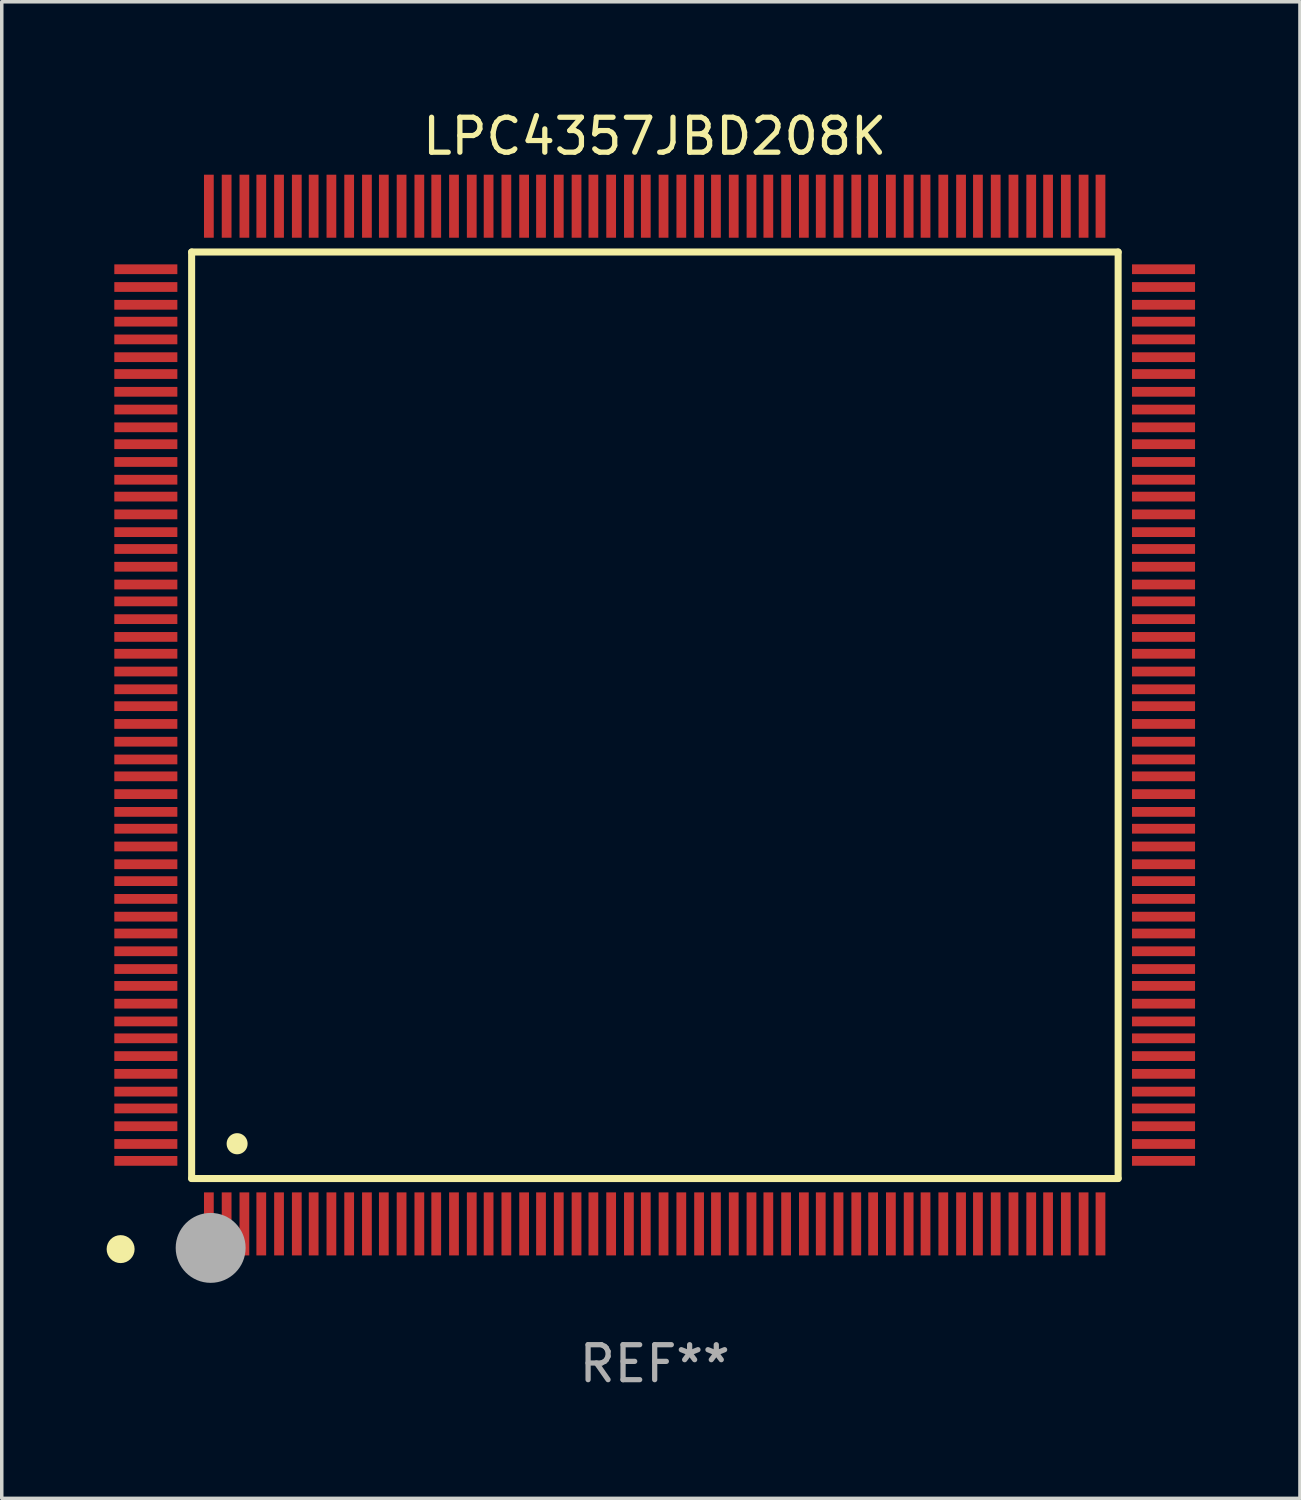
<source format=kicad_pcb>
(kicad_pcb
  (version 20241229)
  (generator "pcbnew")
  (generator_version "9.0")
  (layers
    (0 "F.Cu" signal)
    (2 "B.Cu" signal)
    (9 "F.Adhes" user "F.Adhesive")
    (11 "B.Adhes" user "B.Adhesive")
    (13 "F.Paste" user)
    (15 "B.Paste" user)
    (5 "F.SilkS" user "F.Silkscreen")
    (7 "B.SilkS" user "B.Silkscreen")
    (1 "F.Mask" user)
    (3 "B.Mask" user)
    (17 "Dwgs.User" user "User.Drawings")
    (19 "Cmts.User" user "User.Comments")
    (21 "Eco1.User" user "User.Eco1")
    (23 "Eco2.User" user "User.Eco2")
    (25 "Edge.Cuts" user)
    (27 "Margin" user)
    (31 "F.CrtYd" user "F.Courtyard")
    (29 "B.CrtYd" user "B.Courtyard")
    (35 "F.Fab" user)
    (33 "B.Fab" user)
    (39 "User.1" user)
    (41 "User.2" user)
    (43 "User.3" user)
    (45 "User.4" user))
  (footprint "LPC4357JBD208K"
    (layer "F.Cu")
    (at 15.675 17.402)
    (property "Reference" "LPC4357JBD208K" (at 0 -16.554 0) (layer "F.SilkS") (effects (font (size 1 1) (thickness 0.15))))
    (attr through_hole)
    (fp_line (start -13.244 -13.244) (end -13.244 13.256) (stroke (width 0.201) (type solid)) (layer "F.SilkS"))
    (fp_line (start -13.244 13.256) (end 13.256 13.256) (stroke (width 0.201) (type solid)) (layer "F.SilkS"))
    (fp_line (start 13.256 -13.244) (end -13.244 -13.244) (stroke (width 0.201) (type solid)) (layer "F.SilkS"))
    (fp_line (start 13.256 13.256) (end 13.256 -13.244) (stroke (width 0.201) (type solid)) (layer "F.SilkS"))
    (fp_arc (start -13.268987 14.90983) (mid -13.268992 14.90856) (end -13.268987 14.90729) (stroke (width 0.299721) (type solid)) (layer "F.SilkS"))
    (fp_arc (start -11.943104 12.263145) (mid -11.943115 12.260605) (end -11.943104 12.258065) (stroke (width 0.599441) (type solid)) (layer "F.SilkS"))
    (fp_circle (center -15.275 15.275) (end -15.075 15.275) (stroke (width 0.4) (type solid)) (fill no) (layer "F.SilkS"))
    (fp_circle (center -12.7 15.24) (end -12.2 15.24) (stroke (width 1) (type solid)) (fill no) (layer "F.Fab"))
    (fp_text user "REF**" (at 0 18.554 0) (layer "F.Fab") (effects (font (size 1 1) (thickness 0.15))))
    (pad "1" smd rect (at -12.751 14.554 180) (size 0.279 1.803) (layers "F.Cu" "F.Mask" "F.Paste"))
    (pad "2" smd rect (at -12.243 14.554 180) (size 0.279 1.803) (layers "F.Cu" "F.Mask" "F.Paste"))
    (pad "3" smd rect (at -11.735 14.554 180) (size 0.279 1.803) (layers "F.Cu" "F.Mask" "F.Paste"))
    (pad "4" smd rect (at -11.252 14.554 180) (size 0.279 1.803) (layers "F.Cu" "F.Mask" "F.Paste"))
    (pad "5" smd rect (at -10.744 14.554 180) (size 0.279 1.803) (layers "F.Cu" "F.Mask" "F.Paste"))
    (pad "6" smd rect (at -10.236 14.554 180) (size 0.279 1.803) (layers "F.Cu" "F.Mask" "F.Paste"))
    (pad "7" smd rect (at -9.754 14.554 180) (size 0.279 1.803) (layers "F.Cu" "F.Mask" "F.Paste"))
    (pad "8" smd rect (at -9.246 14.554 180) (size 0.279 1.803) (layers "F.Cu" "F.Mask" "F.Paste"))
    (pad "9" smd rect (at -8.738 14.554 180) (size 0.279 1.803) (layers "F.Cu" "F.Mask" "F.Paste"))
    (pad "10" smd rect (at -8.23 14.554 180) (size 0.279 1.803) (layers "F.Cu" "F.Mask" "F.Paste"))
    (pad "11" smd rect (at -7.747 14.554 180) (size 0.279 1.803) (layers "F.Cu" "F.Mask" "F.Paste"))
    (pad "12" smd rect (at -7.239 14.554 180) (size 0.279 1.803) (layers "F.Cu" "F.Mask" "F.Paste"))
    (pad "13" smd rect (at -6.731 14.554 180) (size 0.279 1.803) (layers "F.Cu" "F.Mask" "F.Paste"))
    (pad "14" smd rect (at -6.248 14.554 180) (size 0.279 1.803) (layers "F.Cu" "F.Mask" "F.Paste"))
    (pad "15" smd rect (at -5.74 14.554 180) (size 0.279 1.803) (layers "F.Cu" "F.Mask" "F.Paste"))
    (pad "16" smd rect (at -5.232 14.554 180) (size 0.279 1.803) (layers "F.Cu" "F.Mask" "F.Paste"))
    (pad "17" smd rect (at -4.75 14.554 180) (size 0.279 1.803) (layers "F.Cu" "F.Mask" "F.Paste"))
    (pad "18" smd rect (at -4.242 14.554 180) (size 0.279 1.803) (layers "F.Cu" "F.Mask" "F.Paste"))
    (pad "19" smd rect (at -3.734 14.554 180) (size 0.279 1.803) (layers "F.Cu" "F.Mask" "F.Paste"))
    (pad "20" smd rect (at -3.251 14.554 180) (size 0.279 1.803) (layers "F.Cu" "F.Mask" "F.Paste"))
    (pad "21" smd rect (at -2.743 14.554 180) (size 0.279 1.803) (layers "F.Cu" "F.Mask" "F.Paste"))
    (pad "22" smd rect (at -2.235 14.554 180) (size 0.279 1.803) (layers "F.Cu" "F.Mask" "F.Paste"))
    (pad "23" smd rect (at -1.753 14.554 180) (size 0.279 1.803) (layers "F.Cu" "F.Mask" "F.Paste"))
    (pad "24" smd rect (at -1.245 14.554 180) (size 0.279 1.803) (layers "F.Cu" "F.Mask" "F.Paste"))
    (pad "25" smd rect (at -0.737 14.554 180) (size 0.279 1.803) (layers "F.Cu" "F.Mask" "F.Paste"))
    (pad "26" smd rect (at -0.254 14.554 180) (size 0.279 1.803) (layers "F.Cu" "F.Mask" "F.Paste"))
    (pad "27" smd rect (at 0.254 14.554 180) (size 0.279 1.803) (layers "F.Cu" "F.Mask" "F.Paste"))
    (pad "28" smd rect (at 0.762 14.554 180) (size 0.279 1.803) (layers "F.Cu" "F.Mask" "F.Paste"))
    (pad "29" smd rect (at 1.27 14.554 180) (size 0.279 1.803) (layers "F.Cu" "F.Mask" "F.Paste"))
    (pad "30" smd rect (at 1.753 14.554 180) (size 0.279 1.803) (layers "F.Cu" "F.Mask" "F.Paste"))
    (pad "31" smd rect (at 2.261 14.554 180) (size 0.279 1.803) (layers "F.Cu" "F.Mask" "F.Paste"))
    (pad "32" smd rect (at 2.769 14.554 180) (size 0.279 1.803) (layers "F.Cu" "F.Mask" "F.Paste"))
    (pad "33" smd rect (at 3.251 14.554 180) (size 0.279 1.803) (layers "F.Cu" "F.Mask" "F.Paste"))
    (pad "34" smd rect (at 3.759 14.554 180) (size 0.279 1.803) (layers "F.Cu" "F.Mask" "F.Paste"))
    (pad "35" smd rect (at 4.267 14.554 180) (size 0.279 1.803) (layers "F.Cu" "F.Mask" "F.Paste"))
    (pad "36" smd rect (at 4.75 14.554 180) (size 0.279 1.803) (layers "F.Cu" "F.Mask" "F.Paste"))
    (pad "37" smd rect (at 5.258 14.554 180) (size 0.279 1.803) (layers "F.Cu" "F.Mask" "F.Paste"))
    (pad "38" smd rect (at 5.766 14.554 180) (size 0.279 1.803) (layers "F.Cu" "F.Mask" "F.Paste"))
    (pad "39" smd rect (at 6.248 14.554 180) (size 0.279 1.803) (layers "F.Cu" "F.Mask" "F.Paste"))
    (pad "40" smd rect (at 6.756 14.554 180) (size 0.279 1.803) (layers "F.Cu" "F.Mask" "F.Paste"))
    (pad "41" smd rect (at 7.264 14.554 180) (size 0.279 1.803) (layers "F.Cu" "F.Mask" "F.Paste"))
    (pad "42" smd rect (at 7.747 14.554 180) (size 0.279 1.803) (layers "F.Cu" "F.Mask" "F.Paste"))
    (pad "43" smd rect (at 8.255 14.554 180) (size 0.279 1.803) (layers "F.Cu" "F.Mask" "F.Paste"))
    (pad "44" smd rect (at 8.763 14.554 180) (size 0.279 1.803) (layers "F.Cu" "F.Mask" "F.Paste"))
    (pad "45" smd rect (at 9.246 14.554 180) (size 0.279 1.803) (layers "F.Cu" "F.Mask" "F.Paste"))
    (pad "46" smd rect (at 9.754 14.554 180) (size 0.279 1.803) (layers "F.Cu" "F.Mask" "F.Paste"))
    (pad "47" smd rect (at 10.262 14.554 180) (size 0.279 1.803) (layers "F.Cu" "F.Mask" "F.Paste"))
    (pad "48" smd rect (at 10.77 14.554 180) (size 0.279 1.803) (layers "F.Cu" "F.Mask" "F.Paste"))
    (pad "49" smd rect (at 11.252 14.554 180) (size 0.279 1.803) (layers "F.Cu" "F.Mask" "F.Paste"))
    (pad "50" smd rect (at 11.76 14.554 180) (size 0.279 1.803) (layers "F.Cu" "F.Mask" "F.Paste"))
    (pad "51" smd rect (at 12.268 14.554 180) (size 0.279 1.803) (layers "F.Cu" "F.Mask" "F.Paste"))
    (pad "52" smd rect (at 12.751 14.554 180) (size 0.279 1.803) (layers "F.Cu" "F.Mask" "F.Paste"))
    (pad "53" smd rect (at 14.554 12.751 90) (size 0.279 1.803) (layers "F.Cu" "F.Mask" "F.Paste"))
    (pad "54" smd rect (at 14.554 12.268 90) (size 0.279 1.803) (layers "F.Cu" "F.Mask" "F.Paste"))
    (pad "55" smd rect (at 14.554 11.76 90) (size 0.279 1.803) (layers "F.Cu" "F.Mask" "F.Paste"))
    (pad "56" smd rect (at 14.554 11.252 90) (size 0.279 1.803) (layers "F.Cu" "F.Mask" "F.Paste"))
    (pad "57" smd rect (at 14.554 10.77 90) (size 0.279 1.803) (layers "F.Cu" "F.Mask" "F.Paste"))
    (pad "58" smd rect (at 14.554 10.262 90) (size 0.279 1.803) (layers "F.Cu" "F.Mask" "F.Paste"))
    (pad "59" smd rect (at 14.554 9.754 90) (size 0.279 1.803) (layers "F.Cu" "F.Mask" "F.Paste"))
    (pad "60" smd rect (at 14.554 9.246 90) (size 0.279 1.803) (layers "F.Cu" "F.Mask" "F.Paste"))
    (pad "61" smd rect (at 14.554 8.763 90) (size 0.279 1.803) (layers "F.Cu" "F.Mask" "F.Paste"))
    (pad "62" smd rect (at 14.554 8.255 90) (size 0.279 1.803) (layers "F.Cu" "F.Mask" "F.Paste"))
    (pad "63" smd rect (at 14.554 7.747 90) (size 0.279 1.803) (layers "F.Cu" "F.Mask" "F.Paste"))
    (pad "64" smd rect (at 14.554 7.264 90) (size 0.279 1.803) (layers "F.Cu" "F.Mask" "F.Paste"))
    (pad "65" smd rect (at 14.554 6.756 90) (size 0.279 1.803) (layers "F.Cu" "F.Mask" "F.Paste"))
    (pad "66" smd rect (at 14.554 6.248 90) (size 0.279 1.803) (layers "F.Cu" "F.Mask" "F.Paste"))
    (pad "67" smd rect (at 14.554 5.766 90) (size 0.279 1.803) (layers "F.Cu" "F.Mask" "F.Paste"))
    (pad "68" smd rect (at 14.554 5.258 90) (size 0.279 1.803) (layers "F.Cu" "F.Mask" "F.Paste"))
    (pad "69" smd rect (at 14.554 4.75 90) (size 0.279 1.803) (layers "F.Cu" "F.Mask" "F.Paste"))
    (pad "70" smd rect (at 14.554 4.267 90) (size 0.279 1.803) (layers "F.Cu" "F.Mask" "F.Paste"))
    (pad "71" smd rect (at 14.554 3.759 90) (size 0.279 1.803) (layers "F.Cu" "F.Mask" "F.Paste"))
    (pad "72" smd rect (at 14.554 3.251 90) (size 0.279 1.803) (layers "F.Cu" "F.Mask" "F.Paste"))
    (pad "73" smd rect (at 14.554 2.769 90) (size 0.279 1.803) (layers "F.Cu" "F.Mask" "F.Paste"))
    (pad "74" smd rect (at 14.554 2.261 90) (size 0.279 1.803) (layers "F.Cu" "F.Mask" "F.Paste"))
    (pad "75" smd rect (at 14.554 1.753 90) (size 0.279 1.803) (layers "F.Cu" "F.Mask" "F.Paste"))
    (pad "76" smd rect (at 14.554 1.27 90) (size 0.279 1.803) (layers "F.Cu" "F.Mask" "F.Paste"))
    (pad "77" smd rect (at 14.554 0.762 90) (size 0.279 1.803) (layers "F.Cu" "F.Mask" "F.Paste"))
    (pad "78" smd rect (at 14.554 0.254 90) (size 0.279 1.803) (layers "F.Cu" "F.Mask" "F.Paste"))
    (pad "79" smd rect (at 14.554 -0.254 90) (size 0.279 1.803) (layers "F.Cu" "F.Mask" "F.Paste"))
    (pad "80" smd rect (at 14.554 -0.737 90) (size 0.279 1.803) (layers "F.Cu" "F.Mask" "F.Paste"))
    (pad "81" smd rect (at 14.554 -1.245 90) (size 0.279 1.803) (layers "F.Cu" "F.Mask" "F.Paste"))
    (pad "82" smd rect (at 14.554 -1.753 90) (size 0.279 1.803) (layers "F.Cu" "F.Mask" "F.Paste"))
    (pad "83" smd rect (at 14.554 -2.235 90) (size 0.279 1.803) (layers "F.Cu" "F.Mask" "F.Paste"))
    (pad "84" smd rect (at 14.554 -2.743 90) (size 0.279 1.803) (layers "F.Cu" "F.Mask" "F.Paste"))
    (pad "85" smd rect (at 14.554 -3.251 90) (size 0.279 1.803) (layers "F.Cu" "F.Mask" "F.Paste"))
    (pad "86" smd rect (at 14.554 -3.734 90) (size 0.279 1.803) (layers "F.Cu" "F.Mask" "F.Paste"))
    (pad "87" smd rect (at 14.554 -4.242 90) (size 0.279 1.803) (layers "F.Cu" "F.Mask" "F.Paste"))
    (pad "88" smd rect (at 14.554 -4.75 90) (size 0.279 1.803) (layers "F.Cu" "F.Mask" "F.Paste"))
    (pad "89" smd rect (at 14.554 -5.232 90) (size 0.279 1.803) (layers "F.Cu" "F.Mask" "F.Paste"))
    (pad "90" smd rect (at 14.554 -5.74 90) (size 0.279 1.803) (layers "F.Cu" "F.Mask" "F.Paste"))
    (pad "91" smd rect (at 14.554 -6.248 90) (size 0.279 1.803) (layers "F.Cu" "F.Mask" "F.Paste"))
    (pad "92" smd rect (at 14.554 -6.731 90) (size 0.279 1.803) (layers "F.Cu" "F.Mask" "F.Paste"))
    (pad "93" smd rect (at 14.554 -7.239 90) (size 0.279 1.803) (layers "F.Cu" "F.Mask" "F.Paste"))
    (pad "94" smd rect (at 14.554 -7.747 90) (size 0.279 1.803) (layers "F.Cu" "F.Mask" "F.Paste"))
    (pad "95" smd rect (at 14.554 -8.23 90) (size 0.279 1.803) (layers "F.Cu" "F.Mask" "F.Paste"))
    (pad "96" smd rect (at 14.554 -8.738 90) (size 0.279 1.803) (layers "F.Cu" "F.Mask" "F.Paste"))
    (pad "97" smd rect (at 14.554 -9.246 90) (size 0.279 1.803) (layers "F.Cu" "F.Mask" "F.Paste"))
    (pad "98" smd rect (at 14.554 -9.754 90) (size 0.279 1.803) (layers "F.Cu" "F.Mask" "F.Paste"))
    (pad "99" smd rect (at 14.554 -10.236 90) (size 0.279 1.803) (layers "F.Cu" "F.Mask" "F.Paste"))
    (pad "100" smd rect (at 14.554 -10.744 90) (size 0.279 1.803) (layers "F.Cu" "F.Mask" "F.Paste"))
    (pad "101" smd rect (at 14.554 -11.252 90) (size 0.279 1.803) (layers "F.Cu" "F.Mask" "F.Paste"))
    (pad "102" smd rect (at 14.554 -11.735 90) (size 0.279 1.803) (layers "F.Cu" "F.Mask" "F.Paste"))
    (pad "103" smd rect (at 14.554 -12.243 90) (size 0.279 1.803) (layers "F.Cu" "F.Mask" "F.Paste"))
    (pad "104" smd rect (at 14.554 -12.751 90) (size 0.279 1.803) (layers "F.Cu" "F.Mask" "F.Paste"))
    (pad "105" smd rect (at 12.751 -14.554 180) (size 0.279 1.803) (layers "F.Cu" "F.Mask" "F.Paste"))
    (pad "106" smd rect (at 12.268 -14.554 180) (size 0.279 1.803) (layers "F.Cu" "F.Mask" "F.Paste"))
    (pad "107" smd rect (at 11.76 -14.554 180) (size 0.279 1.803) (layers "F.Cu" "F.Mask" "F.Paste"))
    (pad "108" smd rect (at 11.252 -14.554 180) (size 0.279 1.803) (layers "F.Cu" "F.Mask" "F.Paste"))
    (pad "109" smd rect (at 10.77 -14.554 180) (size 0.279 1.803) (layers "F.Cu" "F.Mask" "F.Paste"))
    (pad "110" smd rect (at 10.262 -14.554 180) (size 0.279 1.803) (layers "F.Cu" "F.Mask" "F.Paste"))
    (pad "111" smd rect (at 9.754 -14.554 180) (size 0.279 1.803) (layers "F.Cu" "F.Mask" "F.Paste"))
    (pad "112" smd rect (at 9.246 -14.554 180) (size 0.279 1.803) (layers "F.Cu" "F.Mask" "F.Paste"))
    (pad "113" smd rect (at 8.763 -14.554 180) (size 0.279 1.803) (layers "F.Cu" "F.Mask" "F.Paste"))
    (pad "114" smd rect (at 8.255 -14.554 180) (size 0.279 1.803) (layers "F.Cu" "F.Mask" "F.Paste"))
    (pad "115" smd rect (at 7.747 -14.554 180) (size 0.279 1.803) (layers "F.Cu" "F.Mask" "F.Paste"))
    (pad "116" smd rect (at 7.264 -14.554 180) (size 0.279 1.803) (layers "F.Cu" "F.Mask" "F.Paste"))
    (pad "117" smd rect (at 6.756 -14.554 180) (size 0.279 1.803) (layers "F.Cu" "F.Mask" "F.Paste"))
    (pad "118" smd rect (at 6.248 -14.554 180) (size 0.279 1.803) (layers "F.Cu" "F.Mask" "F.Paste"))
    (pad "119" smd rect (at 5.766 -14.554 180) (size 0.279 1.803) (layers "F.Cu" "F.Mask" "F.Paste"))
    (pad "120" smd rect (at 5.258 -14.554 180) (size 0.279 1.803) (layers "F.Cu" "F.Mask" "F.Paste"))
    (pad "121" smd rect (at 4.75 -14.554 180) (size 0.279 1.803) (layers "F.Cu" "F.Mask" "F.Paste"))
    (pad "122" smd rect (at 4.267 -14.554 180) (size 0.279 1.803) (layers "F.Cu" "F.Mask" "F.Paste"))
    (pad "123" smd rect (at 3.759 -14.554 180) (size 0.279 1.803) (layers "F.Cu" "F.Mask" "F.Paste"))
    (pad "124" smd rect (at 3.251 -14.554 180) (size 0.279 1.803) (layers "F.Cu" "F.Mask" "F.Paste"))
    (pad "125" smd rect (at 2.769 -14.554 180) (size 0.279 1.803) (layers "F.Cu" "F.Mask" "F.Paste"))
    (pad "126" smd rect (at 2.261 -14.554 180) (size 0.279 1.803) (layers "F.Cu" "F.Mask" "F.Paste"))
    (pad "127" smd rect (at 1.753 -14.554 180) (size 0.279 1.803) (layers "F.Cu" "F.Mask" "F.Paste"))
    (pad "128" smd rect (at 1.27 -14.554 180) (size 0.279 1.803) (layers "F.Cu" "F.Mask" "F.Paste"))
    (pad "129" smd rect (at 0.762 -14.554 180) (size 0.279 1.803) (layers "F.Cu" "F.Mask" "F.Paste"))
    (pad "130" smd rect (at 0.254 -14.554 180) (size 0.279 1.803) (layers "F.Cu" "F.Mask" "F.Paste"))
    (pad "131" smd rect (at -0.254 -14.554 180) (size 0.279 1.803) (layers "F.Cu" "F.Mask" "F.Paste"))
    (pad "132" smd rect (at -0.737 -14.554 180) (size 0.279 1.803) (layers "F.Cu" "F.Mask" "F.Paste"))
    (pad "133" smd rect (at -1.245 -14.554 180) (size 0.279 1.803) (layers "F.Cu" "F.Mask" "F.Paste"))
    (pad "134" smd rect (at -1.753 -14.554 180) (size 0.279 1.803) (layers "F.Cu" "F.Mask" "F.Paste"))
    (pad "135" smd rect (at -2.235 -14.554 180) (size 0.279 1.803) (layers "F.Cu" "F.Mask" "F.Paste"))
    (pad "136" smd rect (at -2.743 -14.554 180) (size 0.279 1.803) (layers "F.Cu" "F.Mask" "F.Paste"))
    (pad "137" smd rect (at -3.251 -14.554 180) (size 0.279 1.803) (layers "F.Cu" "F.Mask" "F.Paste"))
    (pad "138" smd rect (at -3.734 -14.554 180) (size 0.279 1.803) (layers "F.Cu" "F.Mask" "F.Paste"))
    (pad "139" smd rect (at -4.242 -14.554 180) (size 0.279 1.803) (layers "F.Cu" "F.Mask" "F.Paste"))
    (pad "140" smd rect (at -4.75 -14.554 180) (size 0.279 1.803) (layers "F.Cu" "F.Mask" "F.Paste"))
    (pad "141" smd rect (at -5.232 -14.554 180) (size 0.279 1.803) (layers "F.Cu" "F.Mask" "F.Paste"))
    (pad "142" smd rect (at -5.74 -14.554 180) (size 0.279 1.803) (layers "F.Cu" "F.Mask" "F.Paste"))
    (pad "143" smd rect (at -6.248 -14.554 180) (size 0.279 1.803) (layers "F.Cu" "F.Mask" "F.Paste"))
    (pad "144" smd rect (at -6.731 -14.554 180) (size 0.279 1.803) (layers "F.Cu" "F.Mask" "F.Paste"))
    (pad "145" smd rect (at -7.239 -14.554 180) (size 0.279 1.803) (layers "F.Cu" "F.Mask" "F.Paste"))
    (pad "146" smd rect (at -7.747 -14.554 180) (size 0.279 1.803) (layers "F.Cu" "F.Mask" "F.Paste"))
    (pad "147" smd rect (at -8.23 -14.554 180) (size 0.279 1.803) (layers "F.Cu" "F.Mask" "F.Paste"))
    (pad "148" smd rect (at -8.738 -14.554 180) (size 0.279 1.803) (layers "F.Cu" "F.Mask" "F.Paste"))
    (pad "149" smd rect (at -9.246 -14.554 180) (size 0.279 1.803) (layers "F.Cu" "F.Mask" "F.Paste"))
    (pad "150" smd rect (at -9.754 -14.554 180) (size 0.279 1.803) (layers "F.Cu" "F.Mask" "F.Paste"))
    (pad "151" smd rect (at -10.236 -14.554 180) (size 0.279 1.803) (layers "F.Cu" "F.Mask" "F.Paste"))
    (pad "152" smd rect (at -10.744 -14.554 180) (size 0.279 1.803) (layers "F.Cu" "F.Mask" "F.Paste"))
    (pad "153" smd rect (at -11.252 -14.554 180) (size 0.279 1.803) (layers "F.Cu" "F.Mask" "F.Paste"))
    (pad "154" smd rect (at -11.735 -14.554 180) (size 0.279 1.803) (layers "F.Cu" "F.Mask" "F.Paste"))
    (pad "155" smd rect (at -12.243 -14.554 180) (size 0.279 1.803) (layers "F.Cu" "F.Mask" "F.Paste"))
    (pad "156" smd rect (at -12.751 -14.554 180) (size 0.279 1.803) (layers "F.Cu" "F.Mask" "F.Paste"))
    (pad "157" smd rect (at -14.554 -12.751 90) (size 0.279 1.803) (layers "F.Cu" "F.Mask" "F.Paste"))
    (pad "158" smd rect (at -14.554 -12.243 90) (size 0.279 1.803) (layers "F.Cu" "F.Mask" "F.Paste"))
    (pad "159" smd rect (at -14.554 -11.735 90) (size 0.279 1.803) (layers "F.Cu" "F.Mask" "F.Paste"))
    (pad "160" smd rect (at -14.554 -11.252 90) (size 0.279 1.803) (layers "F.Cu" "F.Mask" "F.Paste"))
    (pad "161" smd rect (at -14.554 -10.744 90) (size 0.279 1.803) (layers "F.Cu" "F.Mask" "F.Paste"))
    (pad "162" smd rect (at -14.554 -10.236 90) (size 0.279 1.803) (layers "F.Cu" "F.Mask" "F.Paste"))
    (pad "163" smd rect (at -14.554 -9.754 90) (size 0.279 1.803) (layers "F.Cu" "F.Mask" "F.Paste"))
    (pad "164" smd rect (at -14.554 -9.246 90) (size 0.279 1.803) (layers "F.Cu" "F.Mask" "F.Paste"))
    (pad "165" smd rect (at -14.554 -8.738 90) (size 0.279 1.803) (layers "F.Cu" "F.Mask" "F.Paste"))
    (pad "166" smd rect (at -14.554 -8.23 90) (size 0.279 1.803) (layers "F.Cu" "F.Mask" "F.Paste"))
    (pad "167" smd rect (at -14.554 -7.747 90) (size 0.279 1.803) (layers "F.Cu" "F.Mask" "F.Paste"))
    (pad "168" smd rect (at -14.554 -7.239 90) (size 0.279 1.803) (layers "F.Cu" "F.Mask" "F.Paste"))
    (pad "169" smd rect (at -14.554 -6.731 90) (size 0.279 1.803) (layers "F.Cu" "F.Mask" "F.Paste"))
    (pad "170" smd rect (at -14.554 -6.248 90) (size 0.279 1.803) (layers "F.Cu" "F.Mask" "F.Paste"))
    (pad "171" smd rect (at -14.554 -5.74 90) (size 0.279 1.803) (layers "F.Cu" "F.Mask" "F.Paste"))
    (pad "172" smd rect (at -14.554 -5.232 90) (size 0.279 1.803) (layers "F.Cu" "F.Mask" "F.Paste"))
    (pad "173" smd rect (at -14.554 -4.75 90) (size 0.279 1.803) (layers "F.Cu" "F.Mask" "F.Paste"))
    (pad "174" smd rect (at -14.554 -4.242 90) (size 0.279 1.803) (layers "F.Cu" "F.Mask" "F.Paste"))
    (pad "175" smd rect (at -14.554 -3.734 90) (size 0.279 1.803) (layers "F.Cu" "F.Mask" "F.Paste"))
    (pad "176" smd rect (at -14.554 -3.251 90) (size 0.279 1.803) (layers "F.Cu" "F.Mask" "F.Paste"))
    (pad "177" smd rect (at -14.554 -2.743 90) (size 0.279 1.803) (layers "F.Cu" "F.Mask" "F.Paste"))
    (pad "178" smd rect (at -14.554 -2.235 90) (size 0.279 1.803) (layers "F.Cu" "F.Mask" "F.Paste"))
    (pad "179" smd rect (at -14.554 -1.753 90) (size 0.279 1.803) (layers "F.Cu" "F.Mask" "F.Paste"))
    (pad "180" smd rect (at -14.554 -1.245 90) (size 0.279 1.803) (layers "F.Cu" "F.Mask" "F.Paste"))
    (pad "181" smd rect (at -14.554 -0.737 90) (size 0.279 1.803) (layers "F.Cu" "F.Mask" "F.Paste"))
    (pad "182" smd rect (at -14.554 -0.254 90) (size 0.279 1.803) (layers "F.Cu" "F.Mask" "F.Paste"))
    (pad "183" smd rect (at -14.554 0.254 90) (size 0.279 1.803) (layers "F.Cu" "F.Mask" "F.Paste"))
    (pad "184" smd rect (at -14.554 0.762 90) (size 0.279 1.803) (layers "F.Cu" "F.Mask" "F.Paste"))
    (pad "185" smd rect (at -14.554 1.27 90) (size 0.279 1.803) (layers "F.Cu" "F.Mask" "F.Paste"))
    (pad "186" smd rect (at -14.554 1.753 90) (size 0.279 1.803) (layers "F.Cu" "F.Mask" "F.Paste"))
    (pad "187" smd rect (at -14.554 2.261 90) (size 0.279 1.803) (layers "F.Cu" "F.Mask" "F.Paste"))
    (pad "188" smd rect (at -14.554 2.769 90) (size 0.279 1.803) (layers "F.Cu" "F.Mask" "F.Paste"))
    (pad "189" smd rect (at -14.554 3.251 90) (size 0.279 1.803) (layers "F.Cu" "F.Mask" "F.Paste"))
    (pad "190" smd rect (at -14.554 3.759 90) (size 0.279 1.803) (layers "F.Cu" "F.Mask" "F.Paste"))
    (pad "191" smd rect (at -14.554 4.267 90) (size 0.279 1.803) (layers "F.Cu" "F.Mask" "F.Paste"))
    (pad "192" smd rect (at -14.554 4.75 90) (size 0.279 1.803) (layers "F.Cu" "F.Mask" "F.Paste"))
    (pad "193" smd rect (at -14.554 5.258 90) (size 0.279 1.803) (layers "F.Cu" "F.Mask" "F.Paste"))
    (pad "194" smd rect (at -14.554 5.766 90) (size 0.279 1.803) (layers "F.Cu" "F.Mask" "F.Paste"))
    (pad "195" smd rect (at -14.554 6.248 90) (size 0.279 1.803) (layers "F.Cu" "F.Mask" "F.Paste"))
    (pad "196" smd rect (at -14.554 6.756 90) (size 0.279 1.803) (layers "F.Cu" "F.Mask" "F.Paste"))
    (pad "197" smd rect (at -14.554 7.264 90) (size 0.279 1.803) (layers "F.Cu" "F.Mask" "F.Paste"))
    (pad "198" smd rect (at -14.554 7.747 90) (size 0.279 1.803) (layers "F.Cu" "F.Mask" "F.Paste"))
    (pad "199" smd rect (at -14.554 8.255 90) (size 0.279 1.803) (layers "F.Cu" "F.Mask" "F.Paste"))
    (pad "200" smd rect (at -14.554 8.763 90) (size 0.279 1.803) (layers "F.Cu" "F.Mask" "F.Paste"))
    (pad "201" smd rect (at -14.554 9.246 90) (size 0.279 1.803) (layers "F.Cu" "F.Mask" "F.Paste"))
    (pad "202" smd rect (at -14.554 9.754 90) (size 0.279 1.803) (layers "F.Cu" "F.Mask" "F.Paste"))
    (pad "203" smd rect (at -14.554 10.262 90) (size 0.279 1.803) (layers "F.Cu" "F.Mask" "F.Paste"))
    (pad "204" smd rect (at -14.554 10.77 90) (size 0.279 1.803) (layers "F.Cu" "F.Mask" "F.Paste"))
    (pad "205" smd rect (at -14.554 11.252 90) (size 0.279 1.803) (layers "F.Cu" "F.Mask" "F.Paste"))
    (pad "206" smd rect (at -14.554 11.76 90) (size 0.279 1.803) (layers "F.Cu" "F.Mask" "F.Paste"))
    (pad "207" smd rect (at -14.554 12.268 90) (size 0.279 1.803) (layers "F.Cu" "F.Mask" "F.Paste"))
    (pad "208" smd rect (at -14.554 12.751 90) (size 0.279 1.803) (layers "F.Cu" "F.Mask" "F.Paste")))
  (gr_rect
    (start -3 -3)
    (end 34.131 39.805)
    (stroke (width 0.1) (type default))
    (fill no)
    (layer "Edge.Cuts")))
</source>
